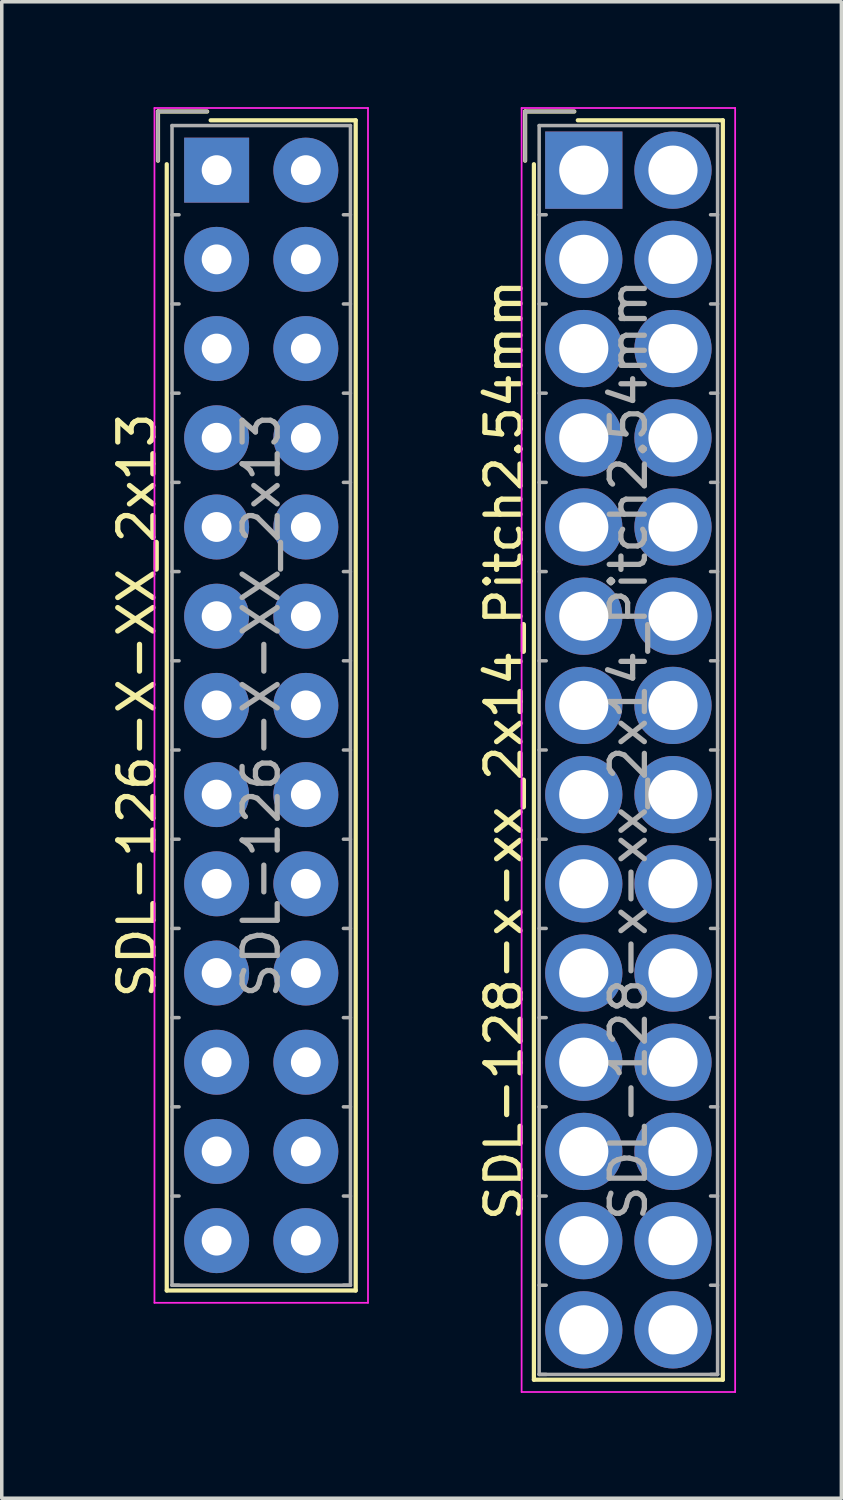
<source format=kicad_pcb>
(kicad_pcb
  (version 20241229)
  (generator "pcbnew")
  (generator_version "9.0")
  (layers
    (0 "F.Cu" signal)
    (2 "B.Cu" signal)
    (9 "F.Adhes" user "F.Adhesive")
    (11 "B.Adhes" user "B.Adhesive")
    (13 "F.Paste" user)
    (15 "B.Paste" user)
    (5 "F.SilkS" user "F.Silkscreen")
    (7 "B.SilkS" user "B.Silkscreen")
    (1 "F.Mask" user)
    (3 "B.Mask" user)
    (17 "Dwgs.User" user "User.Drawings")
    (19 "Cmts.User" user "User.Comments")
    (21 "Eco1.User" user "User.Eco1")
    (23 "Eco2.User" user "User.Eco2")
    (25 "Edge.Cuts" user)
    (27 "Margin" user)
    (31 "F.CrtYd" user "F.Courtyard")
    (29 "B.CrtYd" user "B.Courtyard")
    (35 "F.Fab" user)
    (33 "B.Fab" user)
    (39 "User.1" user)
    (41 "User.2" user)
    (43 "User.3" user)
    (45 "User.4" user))
  (footprint "SDL-128-x-xx_2x14_Pitch2.54mm"
    (layer "F.Cu")
    (at 13.572 1.795)
    (property "Reference" "SDL-128-x-xx_2x14_Pitch2.54mm" (at -2.27 16.51 90) (layer "F.SilkS") (effects (font (size 1 1) (thickness 0.15))))
    (attr through_hole)
    (fp_line (start -1.67 -1.67) (end -1.67 -0.27) (stroke (width 0.12) (type solid)) (layer "F.SilkS"))
    (fp_line (start -1.42 34.44) (end -1.42 -0.17) (stroke (width 0.12) (type solid)) (layer "F.SilkS"))
    (fp_line (start -0.27 -1.67) (end -1.67 -1.67) (stroke (width 0.12) (type solid)) (layer "F.SilkS"))
    (fp_line (start -0.17 -1.42) (end 3.96 -1.42) (stroke (width 0.12) (type solid)) (layer "F.SilkS"))
    (fp_line (start 3.96 -1.42) (end 3.96 34.44) (stroke (width 0.12) (type solid)) (layer "F.SilkS"))
    (fp_line (start 3.96 34.44) (end -1.42 34.44) (stroke (width 0.12) (type solid)) (layer "F.SilkS"))
    (fp_line (start -1.77 -1.77) (end -1.77 34.79) (stroke (width 0.05) (type solid)) (layer "F.CrtYd"))
    (fp_line (start -1.77 34.79) (end 4.31 34.79) (stroke (width 0.05) (type solid)) (layer "F.CrtYd"))
    (fp_line (start 4.31 -1.77) (end -1.77 -1.77) (stroke (width 0.05) (type solid)) (layer "F.CrtYd"))
    (fp_line (start 4.31 34.79) (end 4.31 -1.77) (stroke (width 0.05) (type solid)) (layer "F.CrtYd"))
    (fp_line (start -1.67 -1.67) (end -1.67 -0.27) (stroke (width 0.1) (type solid)) (layer "F.Fab"))
    (fp_line (start -1.27 -1.27) (end -1.27 34.29) (stroke (width 0.1) (type solid)) (layer "F.Fab"))
    (fp_line (start -1.27 1.27) (end -1.07 1.27) (stroke (width 0.1) (type solid)) (layer "F.Fab"))
    (fp_line (start -1.27 3.81) (end -1.07 3.81) (stroke (width 0.1) (type solid)) (layer "F.Fab"))
    (fp_line (start -1.27 6.35) (end -1.07 6.35) (stroke (width 0.1) (type solid)) (layer "F.Fab"))
    (fp_line (start -1.27 8.89) (end -1.07 8.89) (stroke (width 0.1) (type solid)) (layer "F.Fab"))
    (fp_line (start -1.27 11.43) (end -1.07 11.43) (stroke (width 0.1) (type solid)) (layer "F.Fab"))
    (fp_line (start -1.27 13.97) (end -1.07 13.97) (stroke (width 0.1) (type solid)) (layer "F.Fab"))
    (fp_line (start -1.27 16.51) (end -1.07 16.51) (stroke (width 0.1) (type solid)) (layer "F.Fab"))
    (fp_line (start -1.27 19.05) (end -1.07 19.05) (stroke (width 0.1) (type solid)) (layer "F.Fab"))
    (fp_line (start -1.27 21.59) (end -1.07 21.59) (stroke (width 0.1) (type solid)) (layer "F.Fab"))
    (fp_line (start -1.27 24.13) (end -1.07 24.13) (stroke (width 0.1) (type solid)) (layer "F.Fab"))
    (fp_line (start -1.27 26.67) (end -1.07 26.67) (stroke (width 0.1) (type solid)) (layer "F.Fab"))
    (fp_line (start -1.27 29.21) (end -1.07 29.21) (stroke (width 0.1) (type solid)) (layer "F.Fab"))
    (fp_line (start -1.27 31.75) (end -1.07 31.75) (stroke (width 0.1) (type solid)) (layer "F.Fab"))
    (fp_line (start -1.27 34.29) (end -1.07 34.29) (stroke (width 0.1) (type solid)) (layer "F.Fab"))
    (fp_line (start -1.27 34.29) (end 3.81 34.29) (stroke (width 0.1) (type solid)) (layer "F.Fab"))
    (fp_line (start -0.27 -1.67) (end -1.67 -1.67) (stroke (width 0.1) (type solid)) (layer "F.Fab"))
    (fp_line (start 3.81 -1.27) (end -1.27 -1.27) (stroke (width 0.1) (type solid)) (layer "F.Fab"))
    (fp_line (start 3.81 1.27) (end 3.61 1.27) (stroke (width 0.1) (type solid)) (layer "F.Fab"))
    (fp_line (start 3.81 3.81) (end 3.61 3.81) (stroke (width 0.1) (type solid)) (layer "F.Fab"))
    (fp_line (start 3.81 6.35) (end 3.61 6.35) (stroke (width 0.1) (type solid)) (layer "F.Fab"))
    (fp_line (start 3.81 8.89) (end 3.61 8.89) (stroke (width 0.1) (type solid)) (layer "F.Fab"))
    (fp_line (start 3.81 11.43) (end 3.61 11.43) (stroke (width 0.1) (type solid)) (layer "F.Fab"))
    (fp_line (start 3.81 13.97) (end 3.61 13.97) (stroke (width 0.1) (type solid)) (layer "F.Fab"))
    (fp_line (start 3.81 16.51) (end 3.61 16.51) (stroke (width 0.1) (type solid)) (layer "F.Fab"))
    (fp_line (start 3.81 19.05) (end 3.61 19.05) (stroke (width 0.1) (type solid)) (layer "F.Fab"))
    (fp_line (start 3.81 21.59) (end 3.61 21.59) (stroke (width 0.1) (type solid)) (layer "F.Fab"))
    (fp_line (start 3.81 24.13) (end 3.61 24.13) (stroke (width 0.1) (type solid)) (layer "F.Fab"))
    (fp_line (start 3.81 26.67) (end 3.61 26.67) (stroke (width 0.1) (type solid)) (layer "F.Fab"))
    (fp_line (start 3.81 29.21) (end 3.61 29.21) (stroke (width 0.1) (type solid)) (layer "F.Fab"))
    (fp_line (start 3.81 31.75) (end 3.61 31.75) (stroke (width 0.1) (type solid)) (layer "F.Fab"))
    (fp_line (start 3.81 34.29) (end 3.61 34.29) (stroke (width 0.1) (type solid)) (layer "F.Fab"))
    (fp_line (start 3.81 34.29) (end 3.81 -1.27) (stroke (width 0.1) (type solid)) (layer "F.Fab"))
    (fp_text user "${REFERENCE}" (at 1.27 16.51 90) (layer "F.Fab") (effects (font (size 1 1) (thickness 0.15))))
    (pad "1" thru_hole rect (at 0 0) (size 2.2 2.2) (drill 1.4) (layers "*.Cu" "*.Mask"))
    (pad "2" thru_hole circle (at 2.54 0) (size 2.2 2.2) (drill 1.4) (layers "*.Cu" "*.Mask"))
    (pad "3" thru_hole circle (at 0 2.54) (size 2.2 2.2) (drill 1.4) (layers "*.Cu" "*.Mask"))
    (pad "4" thru_hole circle (at 2.54 2.54) (size 2.2 2.2) (drill 1.4) (layers "*.Cu" "*.Mask"))
    (pad "5" thru_hole circle (at 0 5.08) (size 2.2 2.2) (drill 1.4) (layers "*.Cu" "*.Mask"))
    (pad "6" thru_hole circle (at 2.54 5.08) (size 2.2 2.2) (drill 1.4) (layers "*.Cu" "*.Mask"))
    (pad "7" thru_hole circle (at 0 7.62) (size 2.2 2.2) (drill 1.4) (layers "*.Cu" "*.Mask"))
    (pad "8" thru_hole circle (at 2.54 7.62) (size 2.2 2.2) (drill 1.4) (layers "*.Cu" "*.Mask"))
    (pad "9" thru_hole circle (at 0 10.16) (size 2.2 2.2) (drill 1.4) (layers "*.Cu" "*.Mask"))
    (pad "10" thru_hole circle (at 2.54 10.16) (size 2.2 2.2) (drill 1.4) (layers "*.Cu" "*.Mask"))
    (pad "11" thru_hole circle (at 0 12.7) (size 2.2 2.2) (drill 1.4) (layers "*.Cu" "*.Mask"))
    (pad "12" thru_hole circle (at 2.54 12.7) (size 2.2 2.2) (drill 1.4) (layers "*.Cu" "*.Mask"))
    (pad "13" thru_hole circle (at 0 15.24) (size 2.2 2.2) (drill 1.4) (layers "*.Cu" "*.Mask"))
    (pad "14" thru_hole circle (at 2.54 15.24) (size 2.2 2.2) (drill 1.4) (layers "*.Cu" "*.Mask"))
    (pad "15" thru_hole circle (at 0 17.78) (size 2.2 2.2) (drill 1.4) (layers "*.Cu" "*.Mask"))
    (pad "16" thru_hole circle (at 2.54 17.78) (size 2.2 2.2) (drill 1.4) (layers "*.Cu" "*.Mask"))
    (pad "17" thru_hole circle (at 0 20.32) (size 2.2 2.2) (drill 1.4) (layers "*.Cu" "*.Mask"))
    (pad "18" thru_hole circle (at 2.54 20.32) (size 2.2 2.2) (drill 1.4) (layers "*.Cu" "*.Mask"))
    (pad "19" thru_hole circle (at 0 22.86) (size 2.2 2.2) (drill 1.4) (layers "*.Cu" "*.Mask"))
    (pad "20" thru_hole circle (at 2.54 22.86) (size 2.2 2.2) (drill 1.4) (layers "*.Cu" "*.Mask"))
    (pad "21" thru_hole circle (at 0 25.4) (size 2.2 2.2) (drill 1.4) (layers "*.Cu" "*.Mask"))
    (pad "22" thru_hole circle (at 2.54 25.4) (size 2.2 2.2) (drill 1.4) (layers "*.Cu" "*.Mask"))
    (pad "23" thru_hole circle (at 0 27.94) (size 2.2 2.2) (drill 1.4) (layers "*.Cu" "*.Mask"))
    (pad "24" thru_hole circle (at 2.54 27.94) (size 2.2 2.2) (drill 1.4) (layers "*.Cu" "*.Mask"))
    (pad "25" thru_hole circle (at 0 30.48) (size 2.2 2.2) (drill 1.4) (layers "*.Cu" "*.Mask"))
    (pad "26" thru_hole circle (at 2.54 30.48) (size 2.2 2.2) (drill 1.4) (layers "*.Cu" "*.Mask"))
    (pad "27" thru_hole circle (at 0 33.02) (size 2.2 2.2) (drill 1.4) (layers "*.Cu" "*.Mask"))
    (pad "28" thru_hole circle (at 2.54 33.02) (size 2.2 2.2) (drill 1.4) (layers "*.Cu" "*.Mask")))
  (footprint "SDL-126-X-XX_2x13"
    (layer "F.Cu")
    (at 3.118 1.795)
    (property "Reference" "SDL-126-X-XX_2x13" (at -2.27 15.24 90) (layer "F.SilkS") (effects (font (size 1 1) (thickness 0.15))))
    (attr through_hole)
    (fp_line (start -1.67 -1.67) (end -1.67 -0.27) (stroke (width 0.12) (type solid)) (layer "F.SilkS"))
    (fp_line (start -1.42 31.9) (end -1.42 -0.17) (stroke (width 0.12) (type solid)) (layer "F.SilkS"))
    (fp_line (start -0.27 -1.67) (end -1.67 -1.67) (stroke (width 0.12) (type solid)) (layer "F.SilkS"))
    (fp_line (start -0.17 -1.42) (end 3.96 -1.42) (stroke (width 0.12) (type solid)) (layer "F.SilkS"))
    (fp_line (start 3.96 -1.42) (end 3.96 31.9) (stroke (width 0.12) (type solid)) (layer "F.SilkS"))
    (fp_line (start 3.96 31.9) (end -1.42 31.9) (stroke (width 0.12) (type solid)) (layer "F.SilkS"))
    (fp_line (start -1.77 -1.77) (end -1.77 32.25) (stroke (width 0.05) (type solid)) (layer "F.CrtYd"))
    (fp_line (start -1.77 32.25) (end 4.31 32.25) (stroke (width 0.05) (type solid)) (layer "F.CrtYd"))
    (fp_line (start 4.31 -1.77) (end -1.77 -1.77) (stroke (width 0.05) (type solid)) (layer "F.CrtYd"))
    (fp_line (start 4.31 32.25) (end 4.31 -1.77) (stroke (width 0.05) (type solid)) (layer "F.CrtYd"))
    (fp_line (start -1.67 -1.67) (end -1.67 -0.27) (stroke (width 0.1) (type solid)) (layer "F.Fab"))
    (fp_line (start -1.27 -1.27) (end -1.27 31.75) (stroke (width 0.1) (type solid)) (layer "F.Fab"))
    (fp_line (start -1.27 1.27) (end -1.07 1.27) (stroke (width 0.1) (type solid)) (layer "F.Fab"))
    (fp_line (start -1.27 3.81) (end -1.07 3.81) (stroke (width 0.1) (type solid)) (layer "F.Fab"))
    (fp_line (start -1.27 6.35) (end -1.07 6.35) (stroke (width 0.1) (type solid)) (layer "F.Fab"))
    (fp_line (start -1.27 8.89) (end -1.07 8.89) (stroke (width 0.1) (type solid)) (layer "F.Fab"))
    (fp_line (start -1.27 11.43) (end -1.07 11.43) (stroke (width 0.1) (type solid)) (layer "F.Fab"))
    (fp_line (start -1.27 13.97) (end -1.07 13.97) (stroke (width 0.1) (type solid)) (layer "F.Fab"))
    (fp_line (start -1.27 16.51) (end -1.07 16.51) (stroke (width 0.1) (type solid)) (layer "F.Fab"))
    (fp_line (start -1.27 19.05) (end -1.07 19.05) (stroke (width 0.1) (type solid)) (layer "F.Fab"))
    (fp_line (start -1.27 21.59) (end -1.07 21.59) (stroke (width 0.1) (type solid)) (layer "F.Fab"))
    (fp_line (start -1.27 24.13) (end -1.07 24.13) (stroke (width 0.1) (type solid)) (layer "F.Fab"))
    (fp_line (start -1.27 26.67) (end -1.07 26.67) (stroke (width 0.1) (type solid)) (layer "F.Fab"))
    (fp_line (start -1.27 29.21) (end -1.07 29.21) (stroke (width 0.1) (type solid)) (layer "F.Fab"))
    (fp_line (start -1.27 31.75) (end -1.07 31.75) (stroke (width 0.1) (type solid)) (layer "F.Fab"))
    (fp_line (start -1.27 31.75) (end 3.81 31.75) (stroke (width 0.1) (type solid)) (layer "F.Fab"))
    (fp_line (start -0.27 -1.67) (end -1.67 -1.67) (stroke (width 0.1) (type solid)) (layer "F.Fab"))
    (fp_line (start 3.81 -1.27) (end -1.27 -1.27) (stroke (width 0.1) (type solid)) (layer "F.Fab"))
    (fp_line (start 3.81 1.27) (end 3.61 1.27) (stroke (width 0.1) (type solid)) (layer "F.Fab"))
    (fp_line (start 3.81 3.81) (end 3.61 3.81) (stroke (width 0.1) (type solid)) (layer "F.Fab"))
    (fp_line (start 3.81 6.35) (end 3.61 6.35) (stroke (width 0.1) (type solid)) (layer "F.Fab"))
    (fp_line (start 3.81 8.89) (end 3.61 8.89) (stroke (width 0.1) (type solid)) (layer "F.Fab"))
    (fp_line (start 3.81 11.43) (end 3.61 11.43) (stroke (width 0.1) (type solid)) (layer "F.Fab"))
    (fp_line (start 3.81 13.97) (end 3.61 13.97) (stroke (width 0.1) (type solid)) (layer "F.Fab"))
    (fp_line (start 3.81 16.51) (end 3.61 16.51) (stroke (width 0.1) (type solid)) (layer "F.Fab"))
    (fp_line (start 3.81 19.05) (end 3.61 19.05) (stroke (width 0.1) (type solid)) (layer "F.Fab"))
    (fp_line (start 3.81 21.59) (end 3.61 21.59) (stroke (width 0.1) (type solid)) (layer "F.Fab"))
    (fp_line (start 3.81 24.13) (end 3.61 24.13) (stroke (width 0.1) (type solid)) (layer "F.Fab"))
    (fp_line (start 3.81 26.67) (end 3.61 26.67) (stroke (width 0.1) (type solid)) (layer "F.Fab"))
    (fp_line (start 3.81 29.21) (end 3.61 29.21) (stroke (width 0.1) (type solid)) (layer "F.Fab"))
    (fp_line (start 3.81 31.75) (end 3.61 31.75) (stroke (width 0.1) (type solid)) (layer "F.Fab"))
    (fp_line (start 3.81 31.75) (end 3.81 -1.27) (stroke (width 0.1) (type solid)) (layer "F.Fab"))
    (fp_text user "${REFERENCE}" (at 1.27 15.24 90) (layer "F.Fab") (effects (font (size 1 1) (thickness 0.15))))
    (pad "1" thru_hole rect (at 0 0) (size 1.85 1.85) (drill 0.85) (layers "*.Cu" "*.Mask"))
    (pad "2" thru_hole circle (at 2.54 0) (size 1.85 1.85) (drill 0.85) (layers "*.Cu" "*.Mask"))
    (pad "3" thru_hole circle (at 0 2.54) (size 1.85 1.85) (drill 0.85) (layers "*.Cu" "*.Mask"))
    (pad "4" thru_hole circle (at 2.54 2.54) (size 1.85 1.85) (drill 0.85) (layers "*.Cu" "*.Mask"))
    (pad "5" thru_hole circle (at 0 5.08) (size 1.85 1.85) (drill 0.85) (layers "*.Cu" "*.Mask"))
    (pad "6" thru_hole circle (at 2.54 5.08) (size 1.85 1.85) (drill 0.85) (layers "*.Cu" "*.Mask"))
    (pad "7" thru_hole circle (at 0 7.62) (size 1.85 1.85) (drill 0.85) (layers "*.Cu" "*.Mask"))
    (pad "8" thru_hole circle (at 2.54 7.62) (size 1.85 1.85) (drill 0.85) (layers "*.Cu" "*.Mask"))
    (pad "9" thru_hole circle (at 0 10.16) (size 1.85 1.85) (drill 0.85) (layers "*.Cu" "*.Mask"))
    (pad "10" thru_hole circle (at 2.54 10.16) (size 1.85 1.85) (drill 0.85) (layers "*.Cu" "*.Mask"))
    (pad "11" thru_hole circle (at 0 12.7) (size 1.85 1.85) (drill 0.85) (layers "*.Cu" "*.Mask"))
    (pad "12" thru_hole circle (at 2.54 12.7) (size 1.85 1.85) (drill 0.85) (layers "*.Cu" "*.Mask"))
    (pad "13" thru_hole circle (at 0 15.24) (size 1.85 1.85) (drill 0.85) (layers "*.Cu" "*.Mask"))
    (pad "14" thru_hole circle (at 2.54 15.24) (size 1.85 1.85) (drill 0.85) (layers "*.Cu" "*.Mask"))
    (pad "15" thru_hole circle (at 0 17.78) (size 1.85 1.85) (drill 0.85) (layers "*.Cu" "*.Mask"))
    (pad "16" thru_hole circle (at 2.54 17.78) (size 1.85 1.85) (drill 0.85) (layers "*.Cu" "*.Mask"))
    (pad "17" thru_hole circle (at 0 20.32) (size 1.85 1.85) (drill 0.85) (layers "*.Cu" "*.Mask"))
    (pad "18" thru_hole circle (at 2.54 20.32) (size 1.85 1.85) (drill 0.85) (layers "*.Cu" "*.Mask"))
    (pad "19" thru_hole circle (at 0 22.86) (size 1.85 1.85) (drill 0.85) (layers "*.Cu" "*.Mask"))
    (pad "20" thru_hole circle (at 2.54 22.86) (size 1.85 1.85) (drill 0.85) (layers "*.Cu" "*.Mask"))
    (pad "21" thru_hole circle (at 0 25.4) (size 1.85 1.85) (drill 0.85) (layers "*.Cu" "*.Mask"))
    (pad "22" thru_hole circle (at 2.54 25.4) (size 1.85 1.85) (drill 0.85) (layers "*.Cu" "*.Mask"))
    (pad "23" thru_hole circle (at 0 27.94) (size 1.85 1.85) (drill 0.85) (layers "*.Cu" "*.Mask"))
    (pad "24" thru_hole circle (at 2.54 27.94) (size 1.85 1.85) (drill 0.85) (layers "*.Cu" "*.Mask"))
    (pad "25" thru_hole circle (at 0 30.48) (size 1.85 1.85) (drill 0.85) (layers "*.Cu" "*.Mask"))
    (pad "26" thru_hole circle (at 2.54 30.48) (size 1.85 1.85) (drill 0.85) (layers "*.Cu" "*.Mask")))
  (gr_rect
    (start -3 -3)
    (end 20.907 39.61)
    (stroke (width 0.1) (type default))
    (fill no)
    (layer "Edge.Cuts")))
</source>
